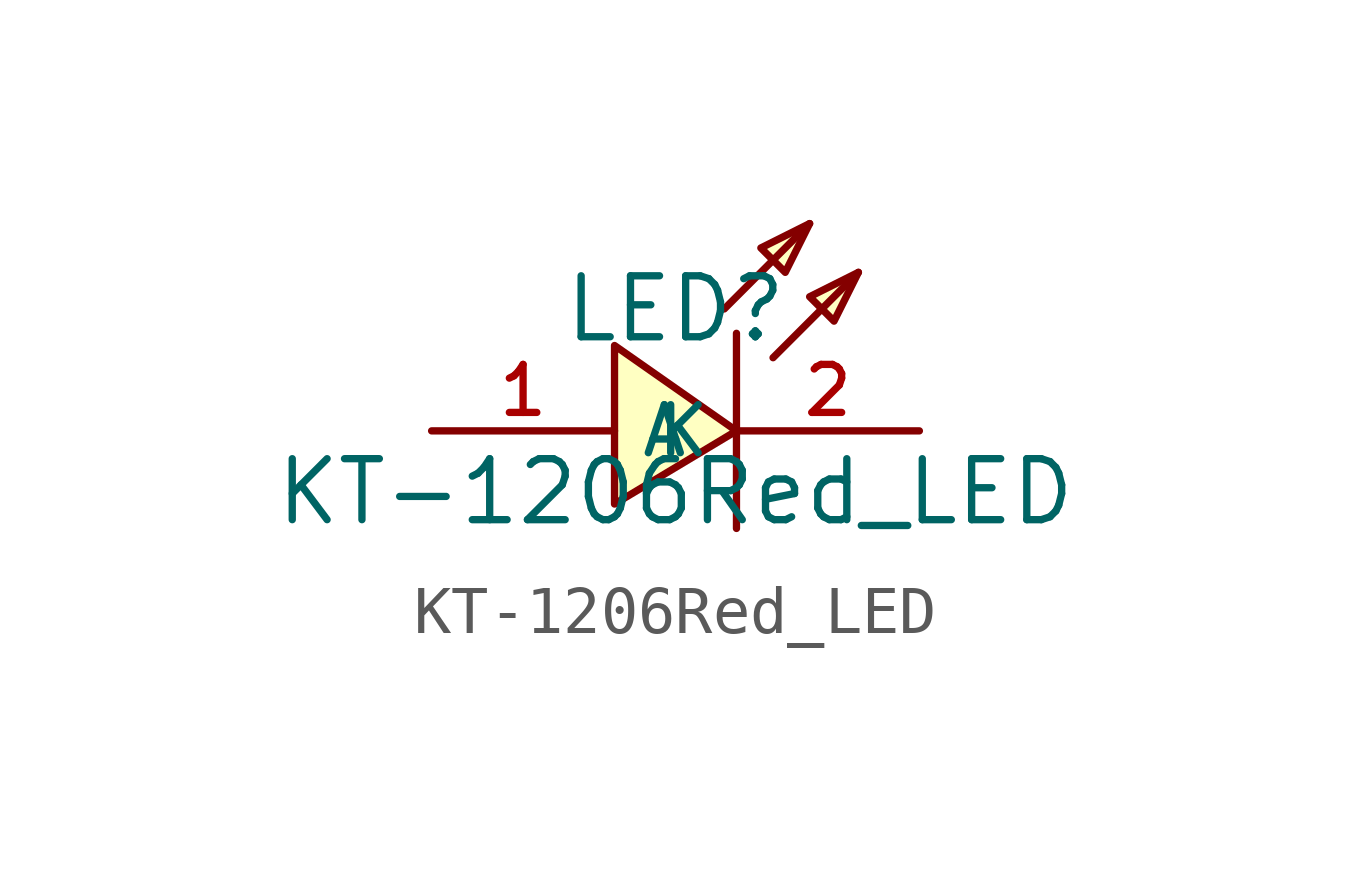
<source format=kicad_sym>
(kicad_symbol_lib
  (version 20210201)
  (generator TousstNicolas/JLC2KiCad_lib)
  (symbol "KT-1206Red_LED"
    (property "Reference" "LED"
      (at 0 1.27 0)
      (effects (font (size 1.27 1.27))))
    (property "Value" "KT-1206Red_LED"
      (at 0 -2.54 0)
      (effects (font (size 1.27 1.27))))
    (symbol "KT-1206Red_LED_0_1"
      (polyline (pts (xy 3.81 2.032) (xy 2.794 1.524) (xy 3.302 1.016) (xy 3.81 2.032)) (stroke (width 0) (type default) (color 0 0 0 0)) (fill (type background)))
      (polyline (pts (xy 2.794 3.048) (xy 1.778 2.54) (xy 2.286 2.032) (xy 2.794 3.048)) (stroke (width 0) (type default) (color 0 0 0 0)) (fill (type background)))
      (pin unspecified line (at 5.08 -1.27 180) (length 3.81) (name "K" (effects (font (size 1 1)))) (number "2" (effects (font (size 1 1)))))
      (polyline (pts (xy 2.032 0.254) (xy 3.81 2.032)) (stroke (width 0) (type default) (color 0 0 0 0)) (fill (type none)))
      (polyline (pts (xy 1.016 1.27) (xy 2.794 3.048)) (stroke (width 0) (type default) (color 0 0 0 0)) (fill (type none)))
      (pin unspecified line (at -5.08 -1.27 0) (length 3.81) (name "A" (effects (font (size 1 1)))) (number "1" (effects (font (size 1 1)))))
      (polyline (pts (xy 1.27 0.762) (xy 1.27 -3.302)) (stroke (width 0) (type default) (color 0 0 0 0)) (fill (type none)))
      (polyline (pts (xy -1.27 -2.794) (xy 1.27 -1.27) (xy -1.27 0.508) (xy -1.27 -2.794)) (stroke (width 0) (type default) (color 0 0 0 0)) (fill (type background))))))
</source>
